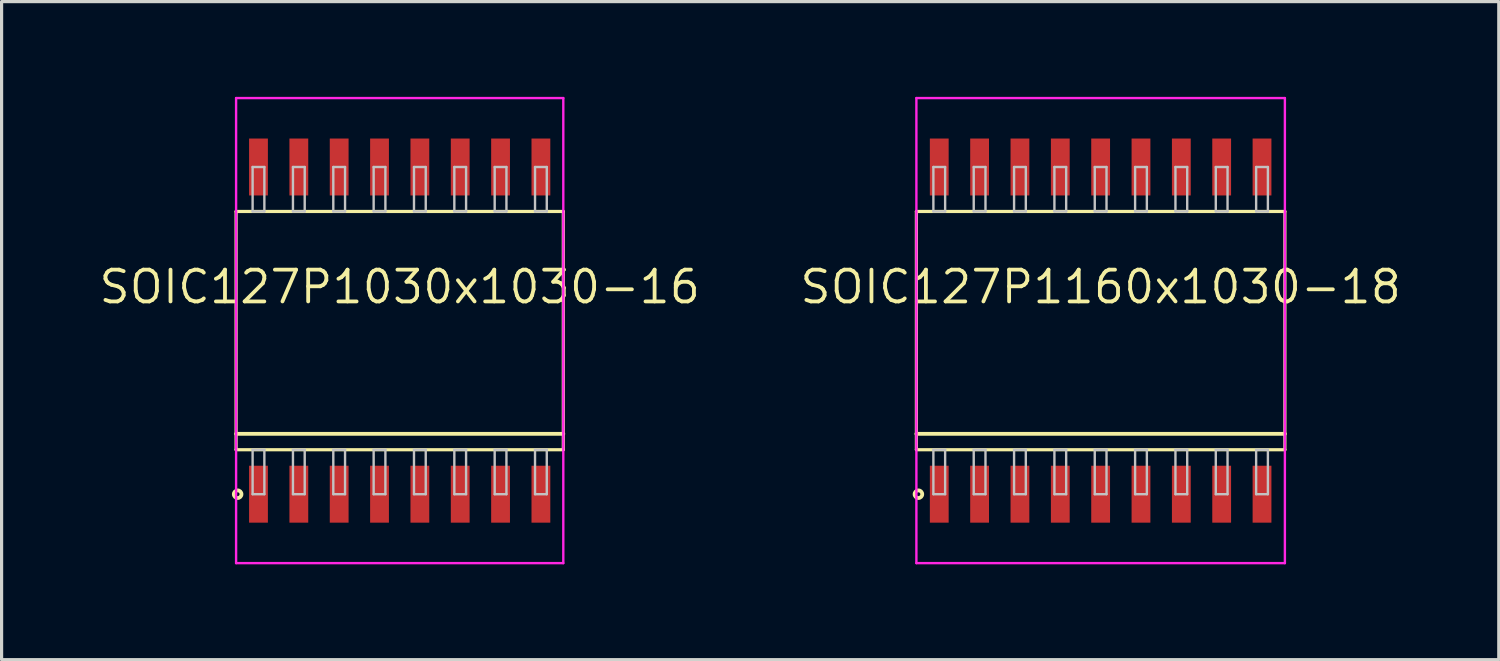
<source format=kicad_pcb>
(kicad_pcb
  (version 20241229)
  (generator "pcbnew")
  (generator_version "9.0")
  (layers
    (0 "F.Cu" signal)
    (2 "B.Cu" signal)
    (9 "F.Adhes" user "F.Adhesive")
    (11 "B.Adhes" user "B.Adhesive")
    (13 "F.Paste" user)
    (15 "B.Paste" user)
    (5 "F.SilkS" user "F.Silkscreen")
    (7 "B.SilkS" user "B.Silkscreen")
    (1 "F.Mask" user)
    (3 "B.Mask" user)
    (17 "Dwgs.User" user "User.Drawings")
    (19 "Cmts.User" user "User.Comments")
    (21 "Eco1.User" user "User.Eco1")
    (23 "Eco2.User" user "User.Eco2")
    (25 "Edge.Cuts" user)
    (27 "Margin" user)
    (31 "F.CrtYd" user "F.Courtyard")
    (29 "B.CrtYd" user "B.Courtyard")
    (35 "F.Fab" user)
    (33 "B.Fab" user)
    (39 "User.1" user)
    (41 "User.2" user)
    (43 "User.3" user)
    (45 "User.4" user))
  (footprint "SOIC127P1030x1030-16"
    (layer "F.Cu")
    (at 9.532 7.357)
    (property "Reference" "SOIC127P1030x1030-16" (at 0 -1.375 0) (layer "F.SilkS") (effects (font (size 1 1) (thickness 0.12))))
    (attr through_hole)
    (fp_line (start -5.15 -3.75) (end -5.15 3.75) (stroke (width 0.1) (type solid)) (layer "F.SilkS"))
    (fp_line (start -5.15 3.25) (end 5.15 3.25) (stroke (width 0.12) (type solid)) (layer "F.SilkS"))
    (fp_line (start -5.15 3.75) (end 5.15 3.75) (stroke (width 0.1) (type solid)) (layer "F.SilkS"))
    (fp_line (start 5.15 -3.75) (end -5.15 -3.75) (stroke (width 0.1) (type solid)) (layer "F.SilkS"))
    (fp_line (start 5.15 3.75) (end 5.15 -3.75) (stroke (width 0.1) (type solid)) (layer "F.SilkS"))
    (fp_circle (center -5.101 5.15) (end -4.981 5.15) (stroke (width 0.12) (type solid)) (fill no) (layer "F.SilkS"))
    (fp_line (start -4.63 -5.15) (end -4.63 -3.75) (stroke (width 0.075) (type solid)) (layer "Dwgs.User"))
    (fp_line (start -4.63 -3.75) (end -4.26 -3.75) (stroke (width 0.075) (type solid)) (layer "Dwgs.User"))
    (fp_line (start -4.63 3.75) (end -4.26 3.75) (stroke (width 0.075) (type solid)) (layer "Dwgs.User"))
    (fp_line (start -4.63 5.15) (end -4.63 3.75) (stroke (width 0.075) (type solid)) (layer "Dwgs.User"))
    (fp_line (start -4.26 -5.15) (end -4.63 -5.15) (stroke (width 0.075) (type solid)) (layer "Dwgs.User"))
    (fp_line (start -4.26 -3.75) (end -4.26 -5.15) (stroke (width 0.075) (type solid)) (layer "Dwgs.User"))
    (fp_line (start -4.26 3.75) (end -4.26 5.15) (stroke (width 0.075) (type solid)) (layer "Dwgs.User"))
    (fp_line (start -4.26 5.15) (end -4.63 5.15) (stroke (width 0.075) (type solid)) (layer "Dwgs.User"))
    (fp_line (start -3.36 -5.15) (end -3.36 -3.75) (stroke (width 0.075) (type solid)) (layer "Dwgs.User"))
    (fp_line (start -3.36 -3.75) (end -2.99 -3.75) (stroke (width 0.075) (type solid)) (layer "Dwgs.User"))
    (fp_line (start -3.36 3.75) (end -2.99 3.75) (stroke (width 0.075) (type solid)) (layer "Dwgs.User"))
    (fp_line (start -3.36 5.15) (end -3.36 3.75) (stroke (width 0.075) (type solid)) (layer "Dwgs.User"))
    (fp_line (start -2.99 -5.15) (end -3.36 -5.15) (stroke (width 0.075) (type solid)) (layer "Dwgs.User"))
    (fp_line (start -2.99 -3.75) (end -2.99 -5.15) (stroke (width 0.075) (type solid)) (layer "Dwgs.User"))
    (fp_line (start -2.99 3.75) (end -2.99 5.15) (stroke (width 0.075) (type solid)) (layer "Dwgs.User"))
    (fp_line (start -2.99 5.15) (end -3.36 5.15) (stroke (width 0.075) (type solid)) (layer "Dwgs.User"))
    (fp_line (start -2.09 -5.15) (end -2.09 -3.75) (stroke (width 0.075) (type solid)) (layer "Dwgs.User"))
    (fp_line (start -2.09 -3.75) (end -1.72 -3.75) (stroke (width 0.075) (type solid)) (layer "Dwgs.User"))
    (fp_line (start -2.09 3.75) (end -1.72 3.75) (stroke (width 0.075) (type solid)) (layer "Dwgs.User"))
    (fp_line (start -2.09 5.15) (end -2.09 3.75) (stroke (width 0.075) (type solid)) (layer "Dwgs.User"))
    (fp_line (start -1.72 -5.15) (end -2.09 -5.15) (stroke (width 0.075) (type solid)) (layer "Dwgs.User"))
    (fp_line (start -1.72 -3.75) (end -1.72 -5.15) (stroke (width 0.075) (type solid)) (layer "Dwgs.User"))
    (fp_line (start -1.72 3.75) (end -1.72 5.15) (stroke (width 0.075) (type solid)) (layer "Dwgs.User"))
    (fp_line (start -1.72 5.15) (end -2.09 5.15) (stroke (width 0.075) (type solid)) (layer "Dwgs.User"))
    (fp_line (start -0.82 -5.15) (end -0.82 -3.75) (stroke (width 0.075) (type solid)) (layer "Dwgs.User"))
    (fp_line (start -0.82 -3.75) (end -0.45 -3.75) (stroke (width 0.075) (type solid)) (layer "Dwgs.User"))
    (fp_line (start -0.82 3.75) (end -0.45 3.75) (stroke (width 0.075) (type solid)) (layer "Dwgs.User"))
    (fp_line (start -0.82 5.15) (end -0.82 3.75) (stroke (width 0.075) (type solid)) (layer "Dwgs.User"))
    (fp_line (start -0.45 -5.15) (end -0.82 -5.15) (stroke (width 0.075) (type solid)) (layer "Dwgs.User"))
    (fp_line (start -0.45 -3.75) (end -0.45 -5.15) (stroke (width 0.075) (type solid)) (layer "Dwgs.User"))
    (fp_line (start -0.45 3.75) (end -0.45 5.15) (stroke (width 0.075) (type solid)) (layer "Dwgs.User"))
    (fp_line (start -0.45 5.15) (end -0.82 5.15) (stroke (width 0.075) (type solid)) (layer "Dwgs.User"))
    (fp_line (start 0.45 -5.15) (end 0.45 -3.75) (stroke (width 0.075) (type solid)) (layer "Dwgs.User"))
    (fp_line (start 0.45 -3.75) (end 0.82 -3.75) (stroke (width 0.075) (type solid)) (layer "Dwgs.User"))
    (fp_line (start 0.45 3.75) (end 0.82 3.75) (stroke (width 0.075) (type solid)) (layer "Dwgs.User"))
    (fp_line (start 0.45 5.15) (end 0.45 3.75) (stroke (width 0.075) (type solid)) (layer "Dwgs.User"))
    (fp_line (start 0.82 -5.15) (end 0.45 -5.15) (stroke (width 0.075) (type solid)) (layer "Dwgs.User"))
    (fp_line (start 0.82 -3.75) (end 0.82 -5.15) (stroke (width 0.075) (type solid)) (layer "Dwgs.User"))
    (fp_line (start 0.82 3.75) (end 0.82 5.15) (stroke (width 0.075) (type solid)) (layer "Dwgs.User"))
    (fp_line (start 0.82 5.15) (end 0.45 5.15) (stroke (width 0.075) (type solid)) (layer "Dwgs.User"))
    (fp_line (start 1.72 -5.15) (end 1.72 -3.75) (stroke (width 0.075) (type solid)) (layer "Dwgs.User"))
    (fp_line (start 1.72 -3.75) (end 2.09 -3.75) (stroke (width 0.075) (type solid)) (layer "Dwgs.User"))
    (fp_line (start 1.72 3.75) (end 2.09 3.75) (stroke (width 0.075) (type solid)) (layer "Dwgs.User"))
    (fp_line (start 1.72 5.15) (end 1.72 3.75) (stroke (width 0.075) (type solid)) (layer "Dwgs.User"))
    (fp_line (start 2.09 -5.15) (end 1.72 -5.15) (stroke (width 0.075) (type solid)) (layer "Dwgs.User"))
    (fp_line (start 2.09 -3.75) (end 2.09 -5.15) (stroke (width 0.075) (type solid)) (layer "Dwgs.User"))
    (fp_line (start 2.09 3.75) (end 2.09 5.15) (stroke (width 0.075) (type solid)) (layer "Dwgs.User"))
    (fp_line (start 2.09 5.15) (end 1.72 5.15) (stroke (width 0.075) (type solid)) (layer "Dwgs.User"))
    (fp_line (start 2.99 -5.15) (end 2.99 -3.75) (stroke (width 0.075) (type solid)) (layer "Dwgs.User"))
    (fp_line (start 2.99 -3.75) (end 3.36 -3.75) (stroke (width 0.075) (type solid)) (layer "Dwgs.User"))
    (fp_line (start 2.99 3.75) (end 3.36 3.75) (stroke (width 0.075) (type solid)) (layer "Dwgs.User"))
    (fp_line (start 2.99 5.15) (end 2.99 3.75) (stroke (width 0.075) (type solid)) (layer "Dwgs.User"))
    (fp_line (start 3.36 -5.15) (end 2.99 -5.15) (stroke (width 0.075) (type solid)) (layer "Dwgs.User"))
    (fp_line (start 3.36 -3.75) (end 3.36 -5.15) (stroke (width 0.075) (type solid)) (layer "Dwgs.User"))
    (fp_line (start 3.36 3.75) (end 3.36 5.15) (stroke (width 0.075) (type solid)) (layer "Dwgs.User"))
    (fp_line (start 3.36 5.15) (end 2.99 5.15) (stroke (width 0.075) (type solid)) (layer "Dwgs.User"))
    (fp_line (start 4.26 -5.15) (end 4.26 -3.75) (stroke (width 0.075) (type solid)) (layer "Dwgs.User"))
    (fp_line (start 4.26 -3.75) (end 4.63 -3.75) (stroke (width 0.075) (type solid)) (layer "Dwgs.User"))
    (fp_line (start 4.26 3.75) (end 4.63 3.75) (stroke (width 0.075) (type solid)) (layer "Dwgs.User"))
    (fp_line (start 4.26 5.15) (end 4.26 3.75) (stroke (width 0.075) (type solid)) (layer "Dwgs.User"))
    (fp_line (start 4.63 -5.15) (end 4.26 -5.15) (stroke (width 0.075) (type solid)) (layer "Dwgs.User"))
    (fp_line (start 4.63 -3.75) (end 4.63 -5.15) (stroke (width 0.075) (type solid)) (layer "Dwgs.User"))
    (fp_line (start 4.63 3.75) (end 4.63 5.15) (stroke (width 0.075) (type solid)) (layer "Dwgs.User"))
    (fp_line (start 4.63 5.15) (end 4.26 5.15) (stroke (width 0.075) (type solid)) (layer "Dwgs.User"))
    (fp_line (start -0.75 0) (end 0.75 0) (stroke (width 0.12) (type solid)) (layer "Eco1.User"))
    (fp_line (start 0 -0.75) (end 0 0.75) (stroke (width 0.12) (type solid)) (layer "Eco1.User"))
    (fp_circle (center 0 0) (end 0.5 0) (stroke (width 0.12) (type solid)) (fill no) (layer "Eco1.User"))
    (fp_line (start -5.15 -7.32) (end -5.15 7.32) (stroke (width 0.075) (type solid)) (layer "F.CrtYd"))
    (fp_line (start -5.15 7.32) (end 5.15 7.32) (stroke (width 0.075) (type solid)) (layer "F.CrtYd"))
    (fp_line (start 5.15 -7.32) (end -5.15 -7.32) (stroke (width 0.075) (type solid)) (layer "F.CrtYd"))
    (fp_line (start 5.15 7.32) (end 5.15 -7.32) (stroke (width 0.075) (type solid)) (layer "F.CrtYd"))
    (pad "1" smd rect (at -4.445 5.15) (size 0.592 1.792) (layers "F.Cu" "F.Mask" "F.Paste"))
    (pad "2" smd rect (at -3.175 5.15) (size 0.592 1.792) (layers "F.Cu" "F.Mask" "F.Paste"))
    (pad "3" smd rect (at -1.905 5.15) (size 0.592 1.792) (layers "F.Cu" "F.Mask" "F.Paste"))
    (pad "4" smd rect (at -0.635 5.15) (size 0.592 1.792) (layers "F.Cu" "F.Mask" "F.Paste"))
    (pad "5" smd rect (at 0.635 5.15) (size 0.592 1.792) (layers "F.Cu" "F.Mask" "F.Paste"))
    (pad "6" smd rect (at 1.905 5.15) (size 0.592 1.792) (layers "F.Cu" "F.Mask" "F.Paste"))
    (pad "7" smd rect (at 3.175 5.15) (size 0.592 1.792) (layers "F.Cu" "F.Mask" "F.Paste"))
    (pad "8" smd rect (at 4.445 5.15) (size 0.592 1.792) (layers "F.Cu" "F.Mask" "F.Paste"))
    (pad "9" smd rect (at 4.445 -5.15) (size 0.592 1.792) (layers "F.Cu" "F.Mask" "F.Paste"))
    (pad "10" smd rect (at 3.175 -5.15) (size 0.592 1.792) (layers "F.Cu" "F.Mask" "F.Paste"))
    (pad "11" smd rect (at 1.905 -5.15) (size 0.592 1.792) (layers "F.Cu" "F.Mask" "F.Paste"))
    (pad "12" smd rect (at 0.635 -5.15) (size 0.592 1.792) (layers "F.Cu" "F.Mask" "F.Paste"))
    (pad "13" smd rect (at -0.635 -5.15) (size 0.592 1.792) (layers "F.Cu" "F.Mask" "F.Paste"))
    (pad "14" smd rect (at -1.905 -5.15) (size 0.592 1.792) (layers "F.Cu" "F.Mask" "F.Paste"))
    (pad "15" smd rect (at -3.175 -5.15) (size 0.592 1.792) (layers "F.Cu" "F.Mask" "F.Paste"))
    (pad "16" smd rect (at -4.445 -5.15) (size 0.592 1.792) (layers "F.Cu" "F.Mask" "F.Paste")))
  (footprint "SOIC127P1160x1030-18"
    (layer "F.Cu")
    (at 31.597 7.357)
    (property "Reference" "SOIC127P1160x1030-18" (at 0 -1.375 0) (layer "F.SilkS") (effects (font (size 1 1) (thickness 0.12))))
    (attr through_hole)
    (fp_line (start -5.8 -3.75) (end -5.8 3.75) (stroke (width 0.1) (type solid)) (layer "F.SilkS"))
    (fp_line (start -5.8 3.25) (end 5.8 3.25) (stroke (width 0.12) (type solid)) (layer "F.SilkS"))
    (fp_line (start -5.8 3.75) (end 5.8 3.75) (stroke (width 0.1) (type solid)) (layer "F.SilkS"))
    (fp_line (start 5.8 -3.75) (end -5.8 -3.75) (stroke (width 0.1) (type solid)) (layer "F.SilkS"))
    (fp_line (start 5.8 3.75) (end 5.8 -3.75) (stroke (width 0.1) (type solid)) (layer "F.SilkS"))
    (fp_circle (center -5.736 5.15) (end -5.616 5.15) (stroke (width 0.12) (type solid)) (fill no) (layer "F.SilkS"))
    (fp_line (start -5.265 -5.15) (end -5.265 -3.75) (stroke (width 0.075) (type solid)) (layer "Dwgs.User"))
    (fp_line (start -5.265 -3.75) (end -4.895 -3.75) (stroke (width 0.075) (type solid)) (layer "Dwgs.User"))
    (fp_line (start -5.265 3.75) (end -4.895 3.75) (stroke (width 0.075) (type solid)) (layer "Dwgs.User"))
    (fp_line (start -5.265 5.15) (end -5.265 3.75) (stroke (width 0.075) (type solid)) (layer "Dwgs.User"))
    (fp_line (start -4.895 -5.15) (end -5.265 -5.15) (stroke (width 0.075) (type solid)) (layer "Dwgs.User"))
    (fp_line (start -4.895 -3.75) (end -4.895 -5.15) (stroke (width 0.075) (type solid)) (layer "Dwgs.User"))
    (fp_line (start -4.895 3.75) (end -4.895 5.15) (stroke (width 0.075) (type solid)) (layer "Dwgs.User"))
    (fp_line (start -4.895 5.15) (end -5.265 5.15) (stroke (width 0.075) (type solid)) (layer "Dwgs.User"))
    (fp_line (start -3.995 -5.15) (end -3.995 -3.75) (stroke (width 0.075) (type solid)) (layer "Dwgs.User"))
    (fp_line (start -3.995 -3.75) (end -3.625 -3.75) (stroke (width 0.075) (type solid)) (layer "Dwgs.User"))
    (fp_line (start -3.995 3.75) (end -3.625 3.75) (stroke (width 0.075) (type solid)) (layer "Dwgs.User"))
    (fp_line (start -3.995 5.15) (end -3.995 3.75) (stroke (width 0.075) (type solid)) (layer "Dwgs.User"))
    (fp_line (start -3.625 -5.15) (end -3.995 -5.15) (stroke (width 0.075) (type solid)) (layer "Dwgs.User"))
    (fp_line (start -3.625 -3.75) (end -3.625 -5.15) (stroke (width 0.075) (type solid)) (layer "Dwgs.User"))
    (fp_line (start -3.625 3.75) (end -3.625 5.15) (stroke (width 0.075) (type solid)) (layer "Dwgs.User"))
    (fp_line (start -3.625 5.15) (end -3.995 5.15) (stroke (width 0.075) (type solid)) (layer "Dwgs.User"))
    (fp_line (start -2.725 -5.15) (end -2.725 -3.75) (stroke (width 0.075) (type solid)) (layer "Dwgs.User"))
    (fp_line (start -2.725 -3.75) (end -2.355 -3.75) (stroke (width 0.075) (type solid)) (layer "Dwgs.User"))
    (fp_line (start -2.725 3.75) (end -2.355 3.75) (stroke (width 0.075) (type solid)) (layer "Dwgs.User"))
    (fp_line (start -2.725 5.15) (end -2.725 3.75) (stroke (width 0.075) (type solid)) (layer "Dwgs.User"))
    (fp_line (start -2.355 -5.15) (end -2.725 -5.15) (stroke (width 0.075) (type solid)) (layer "Dwgs.User"))
    (fp_line (start -2.355 -3.75) (end -2.355 -5.15) (stroke (width 0.075) (type solid)) (layer "Dwgs.User"))
    (fp_line (start -2.355 3.75) (end -2.355 5.15) (stroke (width 0.075) (type solid)) (layer "Dwgs.User"))
    (fp_line (start -2.355 5.15) (end -2.725 5.15) (stroke (width 0.075) (type solid)) (layer "Dwgs.User"))
    (fp_line (start -1.455 -5.15) (end -1.455 -3.75) (stroke (width 0.075) (type solid)) (layer "Dwgs.User"))
    (fp_line (start -1.455 -3.75) (end -1.085 -3.75) (stroke (width 0.075) (type solid)) (layer "Dwgs.User"))
    (fp_line (start -1.455 3.75) (end -1.085 3.75) (stroke (width 0.075) (type solid)) (layer "Dwgs.User"))
    (fp_line (start -1.455 5.15) (end -1.455 3.75) (stroke (width 0.075) (type solid)) (layer "Dwgs.User"))
    (fp_line (start -1.085 -5.15) (end -1.455 -5.15) (stroke (width 0.075) (type solid)) (layer "Dwgs.User"))
    (fp_line (start -1.085 -3.75) (end -1.085 -5.15) (stroke (width 0.075) (type solid)) (layer "Dwgs.User"))
    (fp_line (start -1.085 3.75) (end -1.085 5.15) (stroke (width 0.075) (type solid)) (layer "Dwgs.User"))
    (fp_line (start -1.085 5.15) (end -1.455 5.15) (stroke (width 0.075) (type solid)) (layer "Dwgs.User"))
    (fp_line (start -0.185 -5.15) (end -0.185 -3.75) (stroke (width 0.075) (type solid)) (layer "Dwgs.User"))
    (fp_line (start -0.185 -3.75) (end 0.185 -3.75) (stroke (width 0.075) (type solid)) (layer "Dwgs.User"))
    (fp_line (start -0.185 3.75) (end 0.185 3.75) (stroke (width 0.075) (type solid)) (layer "Dwgs.User"))
    (fp_line (start -0.185 5.15) (end -0.185 3.75) (stroke (width 0.075) (type solid)) (layer "Dwgs.User"))
    (fp_line (start 0.185 -5.15) (end -0.185 -5.15) (stroke (width 0.075) (type solid)) (layer "Dwgs.User"))
    (fp_line (start 0.185 -3.75) (end 0.185 -5.15) (stroke (width 0.075) (type solid)) (layer "Dwgs.User"))
    (fp_line (start 0.185 3.75) (end 0.185 5.15) (stroke (width 0.075) (type solid)) (layer "Dwgs.User"))
    (fp_line (start 0.185 5.15) (end -0.185 5.15) (stroke (width 0.075) (type solid)) (layer "Dwgs.User"))
    (fp_line (start 1.085 -5.15) (end 1.085 -3.75) (stroke (width 0.075) (type solid)) (layer "Dwgs.User"))
    (fp_line (start 1.085 -3.75) (end 1.455 -3.75) (stroke (width 0.075) (type solid)) (layer "Dwgs.User"))
    (fp_line (start 1.085 3.75) (end 1.455 3.75) (stroke (width 0.075) (type solid)) (layer "Dwgs.User"))
    (fp_line (start 1.085 5.15) (end 1.085 3.75) (stroke (width 0.075) (type solid)) (layer "Dwgs.User"))
    (fp_line (start 1.455 -5.15) (end 1.085 -5.15) (stroke (width 0.075) (type solid)) (layer "Dwgs.User"))
    (fp_line (start 1.455 -3.75) (end 1.455 -5.15) (stroke (width 0.075) (type solid)) (layer "Dwgs.User"))
    (fp_line (start 1.455 3.75) (end 1.455 5.15) (stroke (width 0.075) (type solid)) (layer "Dwgs.User"))
    (fp_line (start 1.455 5.15) (end 1.085 5.15) (stroke (width 0.075) (type solid)) (layer "Dwgs.User"))
    (fp_line (start 2.355 -5.15) (end 2.355 -3.75) (stroke (width 0.075) (type solid)) (layer "Dwgs.User"))
    (fp_line (start 2.355 -3.75) (end 2.725 -3.75) (stroke (width 0.075) (type solid)) (layer "Dwgs.User"))
    (fp_line (start 2.355 3.75) (end 2.725 3.75) (stroke (width 0.075) (type solid)) (layer "Dwgs.User"))
    (fp_line (start 2.355 5.15) (end 2.355 3.75) (stroke (width 0.075) (type solid)) (layer "Dwgs.User"))
    (fp_line (start 2.725 -5.15) (end 2.355 -5.15) (stroke (width 0.075) (type solid)) (layer "Dwgs.User"))
    (fp_line (start 2.725 -3.75) (end 2.725 -5.15) (stroke (width 0.075) (type solid)) (layer "Dwgs.User"))
    (fp_line (start 2.725 3.75) (end 2.725 5.15) (stroke (width 0.075) (type solid)) (layer "Dwgs.User"))
    (fp_line (start 2.725 5.15) (end 2.355 5.15) (stroke (width 0.075) (type solid)) (layer "Dwgs.User"))
    (fp_line (start 3.625 -5.15) (end 3.625 -3.75) (stroke (width 0.075) (type solid)) (layer "Dwgs.User"))
    (fp_line (start 3.625 -3.75) (end 3.995 -3.75) (stroke (width 0.075) (type solid)) (layer "Dwgs.User"))
    (fp_line (start 3.625 3.75) (end 3.995 3.75) (stroke (width 0.075) (type solid)) (layer "Dwgs.User"))
    (fp_line (start 3.625 5.15) (end 3.625 3.75) (stroke (width 0.075) (type solid)) (layer "Dwgs.User"))
    (fp_line (start 3.995 -5.15) (end 3.625 -5.15) (stroke (width 0.075) (type solid)) (layer "Dwgs.User"))
    (fp_line (start 3.995 -3.75) (end 3.995 -5.15) (stroke (width 0.075) (type solid)) (layer "Dwgs.User"))
    (fp_line (start 3.995 3.75) (end 3.995 5.15) (stroke (width 0.075) (type solid)) (layer "Dwgs.User"))
    (fp_line (start 3.995 5.15) (end 3.625 5.15) (stroke (width 0.075) (type solid)) (layer "Dwgs.User"))
    (fp_line (start 4.895 -5.15) (end 4.895 -3.75) (stroke (width 0.075) (type solid)) (layer "Dwgs.User"))
    (fp_line (start 4.895 -3.75) (end 5.265 -3.75) (stroke (width 0.075) (type solid)) (layer "Dwgs.User"))
    (fp_line (start 4.895 3.75) (end 5.265 3.75) (stroke (width 0.075) (type solid)) (layer "Dwgs.User"))
    (fp_line (start 4.895 5.15) (end 4.895 3.75) (stroke (width 0.075) (type solid)) (layer "Dwgs.User"))
    (fp_line (start 5.265 -5.15) (end 4.895 -5.15) (stroke (width 0.075) (type solid)) (layer "Dwgs.User"))
    (fp_line (start 5.265 -3.75) (end 5.265 -5.15) (stroke (width 0.075) (type solid)) (layer "Dwgs.User"))
    (fp_line (start 5.265 3.75) (end 5.265 5.15) (stroke (width 0.075) (type solid)) (layer "Dwgs.User"))
    (fp_line (start 5.265 5.15) (end 4.895 5.15) (stroke (width 0.075) (type solid)) (layer "Dwgs.User"))
    (fp_line (start -0.75 0) (end 0.75 0) (stroke (width 0.12) (type solid)) (layer "Eco1.User"))
    (fp_line (start 0 -0.75) (end 0 0.75) (stroke (width 0.12) (type solid)) (layer "Eco1.User"))
    (fp_circle (center 0 0) (end 0.5 0) (stroke (width 0.12) (type solid)) (fill no) (layer "Eco1.User"))
    (fp_line (start -5.8 -7.32) (end -5.8 7.32) (stroke (width 0.075) (type solid)) (layer "F.CrtYd"))
    (fp_line (start -5.8 7.32) (end 5.8 7.32) (stroke (width 0.075) (type solid)) (layer "F.CrtYd"))
    (fp_line (start 5.8 -7.32) (end -5.8 -7.32) (stroke (width 0.075) (type solid)) (layer "F.CrtYd"))
    (fp_line (start 5.8 7.32) (end 5.8 -7.32) (stroke (width 0.075) (type solid)) (layer "F.CrtYd"))
    (pad "1" smd rect (at -5.08 5.15) (size 0.592 1.792) (layers "F.Cu" "F.Mask" "F.Paste"))
    (pad "2" smd rect (at -3.81 5.15) (size 0.592 1.792) (layers "F.Cu" "F.Mask" "F.Paste"))
    (pad "3" smd rect (at -2.54 5.15) (size 0.592 1.792) (layers "F.Cu" "F.Mask" "F.Paste"))
    (pad "4" smd rect (at -1.27 5.15) (size 0.592 1.792) (layers "F.Cu" "F.Mask" "F.Paste"))
    (pad "5" smd rect (at 0 5.15) (size 0.592 1.792) (layers "F.Cu" "F.Mask" "F.Paste"))
    (pad "6" smd rect (at 1.27 5.15) (size 0.592 1.792) (layers "F.Cu" "F.Mask" "F.Paste"))
    (pad "7" smd rect (at 2.54 5.15) (size 0.592 1.792) (layers "F.Cu" "F.Mask" "F.Paste"))
    (pad "8" smd rect (at 3.81 5.15) (size 0.592 1.792) (layers "F.Cu" "F.Mask" "F.Paste"))
    (pad "9" smd rect (at 5.08 5.15) (size 0.592 1.792) (layers "F.Cu" "F.Mask" "F.Paste"))
    (pad "10" smd rect (at 5.08 -5.15) (size 0.592 1.792) (layers "F.Cu" "F.Mask" "F.Paste"))
    (pad "11" smd rect (at 3.81 -5.15) (size 0.592 1.792) (layers "F.Cu" "F.Mask" "F.Paste"))
    (pad "12" smd rect (at 2.54 -5.15) (size 0.592 1.792) (layers "F.Cu" "F.Mask" "F.Paste"))
    (pad "13" smd rect (at 1.27 -5.15) (size 0.592 1.792) (layers "F.Cu" "F.Mask" "F.Paste"))
    (pad "14" smd rect (at 0 -5.15) (size 0.592 1.792) (layers "F.Cu" "F.Mask" "F.Paste"))
    (pad "15" smd rect (at -1.27 -5.15) (size 0.592 1.792) (layers "F.Cu" "F.Mask" "F.Paste"))
    (pad "16" smd rect (at -2.54 -5.15) (size 0.592 1.792) (layers "F.Cu" "F.Mask" "F.Paste"))
    (pad "17" smd rect (at -3.81 -5.15) (size 0.592 1.792) (layers "F.Cu" "F.Mask" "F.Paste"))
    (pad "18" smd rect (at -5.08 -5.15) (size 0.592 1.792) (layers "F.Cu" "F.Mask" "F.Paste")))
  (gr_rect
    (start -3 -3)
    (end 44.13 17.715)
    (stroke (width 0.1) (type default))
    (fill no)
    (layer "Edge.Cuts")))
</source>
